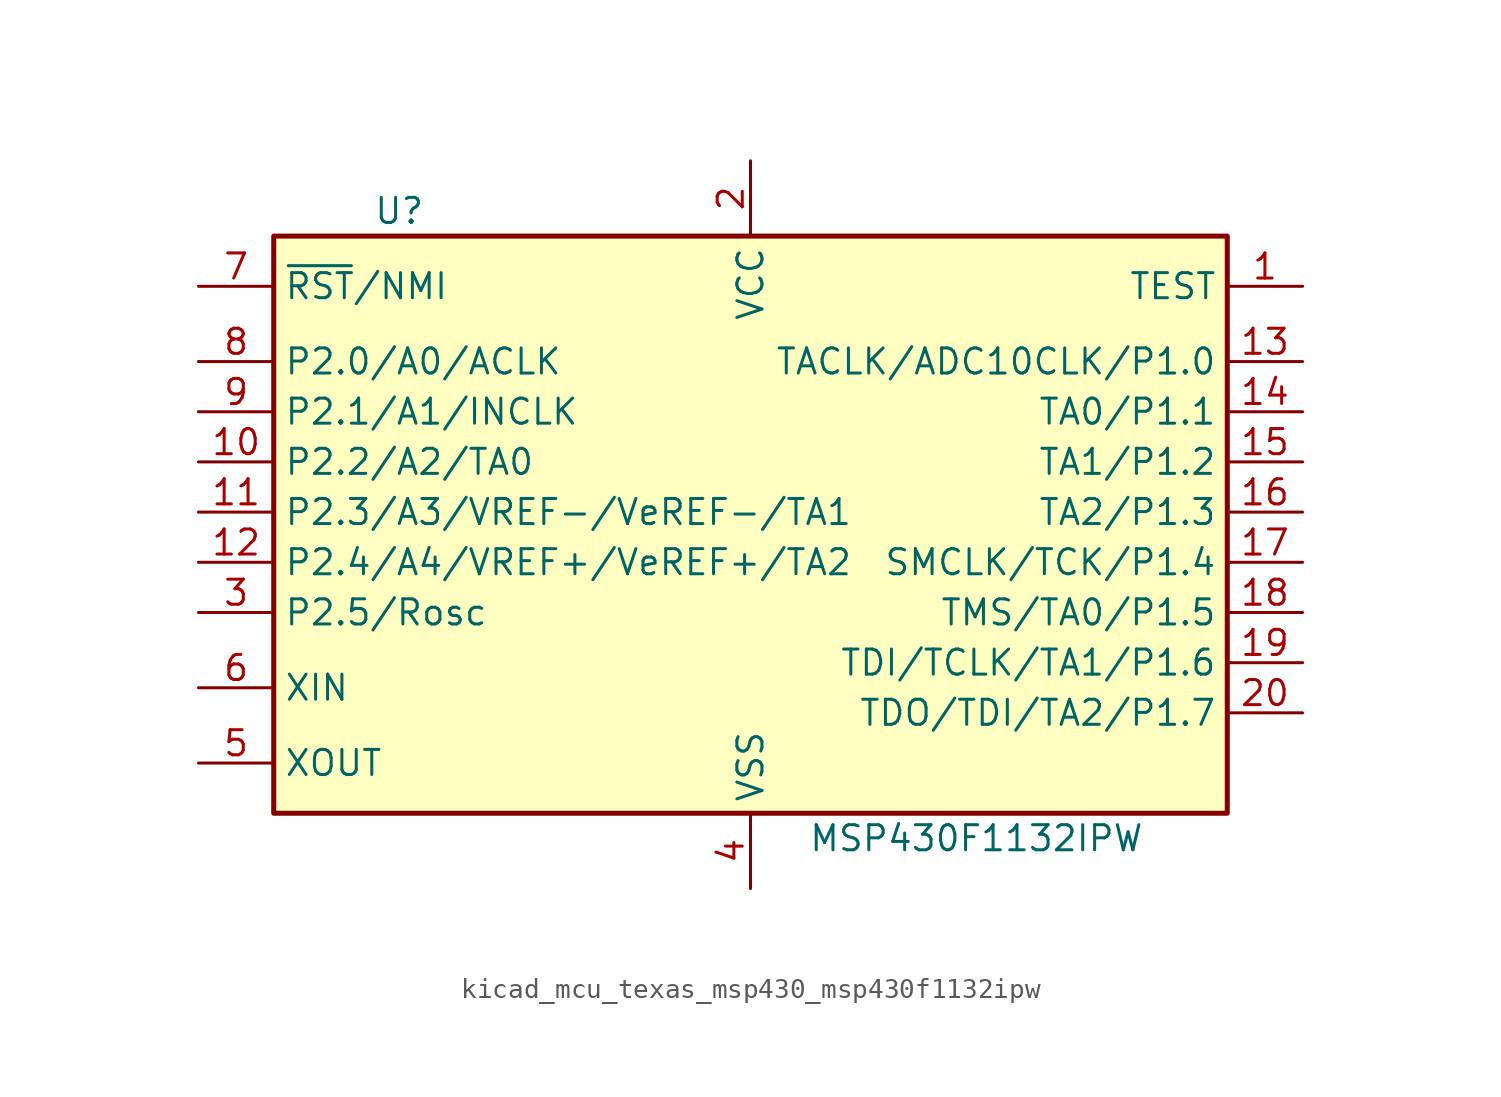
<source format=kicad_sym>
(kicad_symbol_lib
  (version 20220914)
  (generator kicad_symbol_editor)
  (symbol "kicad_mcu_texas_msp430_msp430f1132ipw"
    (property "Reference" "U"
      (at -17.78 15.24 0)
      (effects (font (size 1.27 1.27))))
    (property "Value" "MSP430F1132IPW"
      (at 11.43 -16.51 0)
      (effects (font (size 1.27 1.27))))
    (symbol "kicad_mcu_texas_msp430_msp430f1132ipw_0_1"
      (rectangle (start -24.13 13.97) (end 24.13 -15.24) (stroke (width 0.254) (type default)) (fill (type background))))
    (symbol "kicad_mcu_texas_msp430_msp430f1132ipw_1_1"
      (pin input line (at 27.94 11.43 180) (length 3.81) (name "TEST" (effects (font (size 1.27 1.27)))) (number "1" (effects (font (size 1.27 1.27)))))
      (pin bidirectional line (at -27.94 2.54 0) (length 3.81) (name "P2.2/A2/TA0" (effects (font (size 1.27 1.27)))) (number "10" (effects (font (size 1.27 1.27)))))
      (pin bidirectional line (at -27.94 0 0) (length 3.81) (name "P2.3/A3/VREF-/VeREF-/TA1" (effects (font (size 1.27 1.27)))) (number "11" (effects (font (size 1.27 1.27)))))
      (pin bidirectional line (at -27.94 -2.54 0) (length 3.81) (name "P2.4/A4/VREF+/VeREF+/TA2" (effects (font (size 1.27 1.27)))) (number "12" (effects (font (size 1.27 1.27)))))
      (pin bidirectional line (at 27.94 7.62 180) (length 3.81) (name "TACLK/ADC10CLK/P1.0" (effects (font (size 1.27 1.27)))) (number "13" (effects (font (size 1.27 1.27)))))
      (pin bidirectional line (at 27.94 5.08 180) (length 3.81) (name "TA0/P1.1" (effects (font (size 1.27 1.27)))) (number "14" (effects (font (size 1.27 1.27)))))
      (pin bidirectional line (at 27.94 2.54 180) (length 3.81) (name "TA1/P1.2" (effects (font (size 1.27 1.27)))) (number "15" (effects (font (size 1.27 1.27)))))
      (pin bidirectional line (at 27.94 0 180) (length 3.81) (name "TA2/P1.3" (effects (font (size 1.27 1.27)))) (number "16" (effects (font (size 1.27 1.27)))))
      (pin bidirectional line (at 27.94 -2.54 180) (length 3.81) (name "SMCLK/TCK/P1.4" (effects (font (size 1.27 1.27)))) (number "17" (effects (font (size 1.27 1.27)))))
      (pin bidirectional line (at 27.94 -5.08 180) (length 3.81) (name "TMS/TA0/P1.5" (effects (font (size 1.27 1.27)))) (number "18" (effects (font (size 1.27 1.27)))))
      (pin bidirectional line (at 27.94 -7.62 180) (length 3.81) (name "TDI/TCLK/TA1/P1.6" (effects (font (size 1.27 1.27)))) (number "19" (effects (font (size 1.27 1.27)))))
      (pin power_in line (at 0 17.78 270) (length 3.81) (name "VCC" (effects (font (size 1.27 1.27)))) (number "2" (effects (font (size 1.27 1.27)))))
      (pin bidirectional line (at 27.94 -10.16 180) (length 3.81) (name "TDO/TDI/TA2/P1.7" (effects (font (size 1.27 1.27)))) (number "20" (effects (font (size 1.27 1.27)))))
      (pin bidirectional line (at -27.94 -5.08 0) (length 3.81) (name "P2.5/Rosc" (effects (font (size 1.27 1.27)))) (number "3" (effects (font (size 1.27 1.27)))))
      (pin power_in line (at 0 -19.05 90) (length 3.81) (name "VSS" (effects (font (size 1.27 1.27)))) (number "4" (effects (font (size 1.27 1.27)))))
      (pin output line (at -27.94 -12.7 0) (length 3.81) (name "XOUT" (effects (font (size 1.27 1.27)))) (number "5" (effects (font (size 1.27 1.27)))))
      (pin input line (at -27.94 -8.89 0) (length 3.81) (name "XIN" (effects (font (size 1.27 1.27)))) (number "6" (effects (font (size 1.27 1.27)))))
      (pin input line (at -27.94 11.43 0) (length 3.81) (name "~{RST}/NMI" (effects (font (size 1.27 1.27)))) (number "7" (effects (font (size 1.27 1.27)))))
      (pin bidirectional line (at -27.94 7.62 0) (length 3.81) (name "P2.0/A0/ACLK" (effects (font (size 1.27 1.27)))) (number "8" (effects (font (size 1.27 1.27)))))
      (pin bidirectional line (at -27.94 5.08 0) (length 3.81) (name "P2.1/A1/INCLK" (effects (font (size 1.27 1.27)))) (number "9" (effects (font (size 1.27 1.27))))))))
</source>
